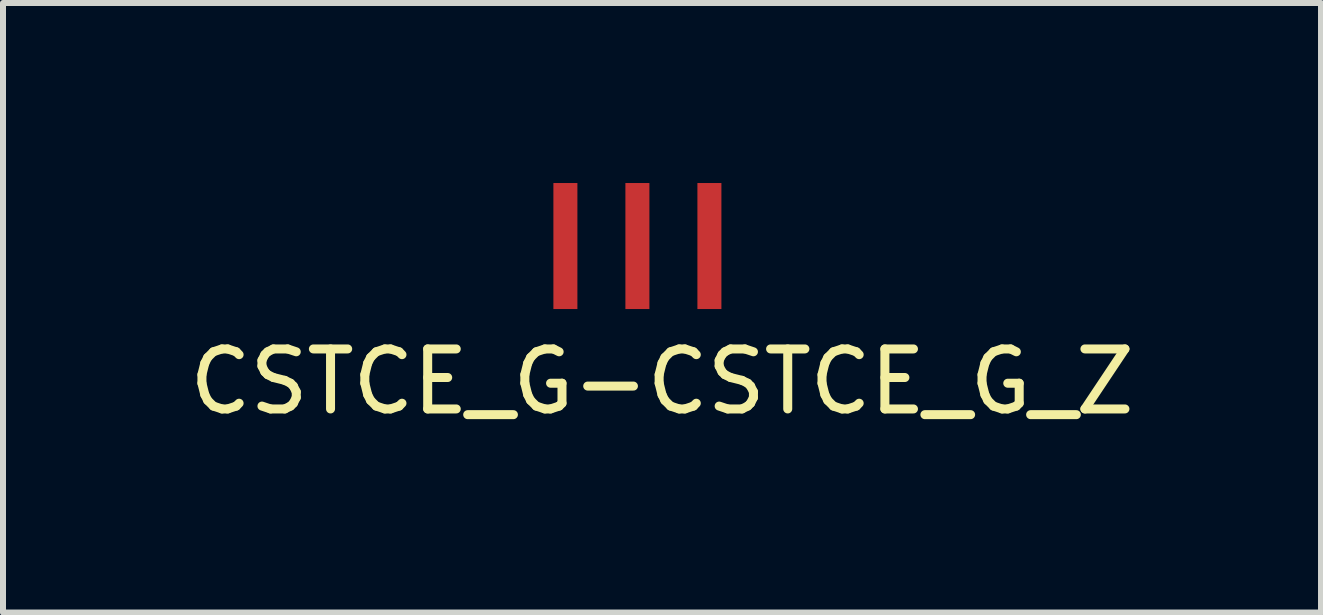
<source format=kicad_pcb>
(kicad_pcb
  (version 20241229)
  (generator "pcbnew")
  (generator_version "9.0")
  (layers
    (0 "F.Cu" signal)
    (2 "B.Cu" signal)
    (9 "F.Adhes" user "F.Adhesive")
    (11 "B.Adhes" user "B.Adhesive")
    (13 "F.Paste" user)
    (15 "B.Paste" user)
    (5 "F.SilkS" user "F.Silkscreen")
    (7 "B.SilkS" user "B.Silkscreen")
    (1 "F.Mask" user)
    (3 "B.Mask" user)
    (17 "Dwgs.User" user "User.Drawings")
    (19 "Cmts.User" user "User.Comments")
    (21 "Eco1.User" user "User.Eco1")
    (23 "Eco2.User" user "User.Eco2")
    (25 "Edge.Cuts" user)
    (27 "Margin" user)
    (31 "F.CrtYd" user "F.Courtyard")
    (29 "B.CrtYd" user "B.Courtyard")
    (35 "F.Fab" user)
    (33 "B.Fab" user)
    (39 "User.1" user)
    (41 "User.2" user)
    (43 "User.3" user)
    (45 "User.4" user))
  (footprint "CSTCE_G-CSTCE_G_Z"
    (layer "F.Cu")
    (at 7.572 1.05)
    (property "Reference" "CSTCE_G-CSTCE_G_Z" (at 0.41 2.26 0) (layer "F.SilkS") (effects (font (size 1 1) (thickness 0.15))))
    (attr through_hole)
    (pad "1" smd rect (at -1.2 0) (size 0.4 2.1) (layers "F.Cu" "F.Mask" "F.Paste"))
    (pad "2" smd rect (at 1.2 0) (size 0.4 2.1) (layers "F.Cu" "F.Mask" "F.Paste"))
    (pad "3" smd rect (at 0 0) (size 0.4 2.1) (layers "F.Cu" "F.Mask" "F.Paste")))
  (gr_rect
    (start -3 -3)
    (end 18.964 7.158)
    (stroke (width 0.1) (type default))
    (fill no)
    (layer "Edge.Cuts")))
</source>
